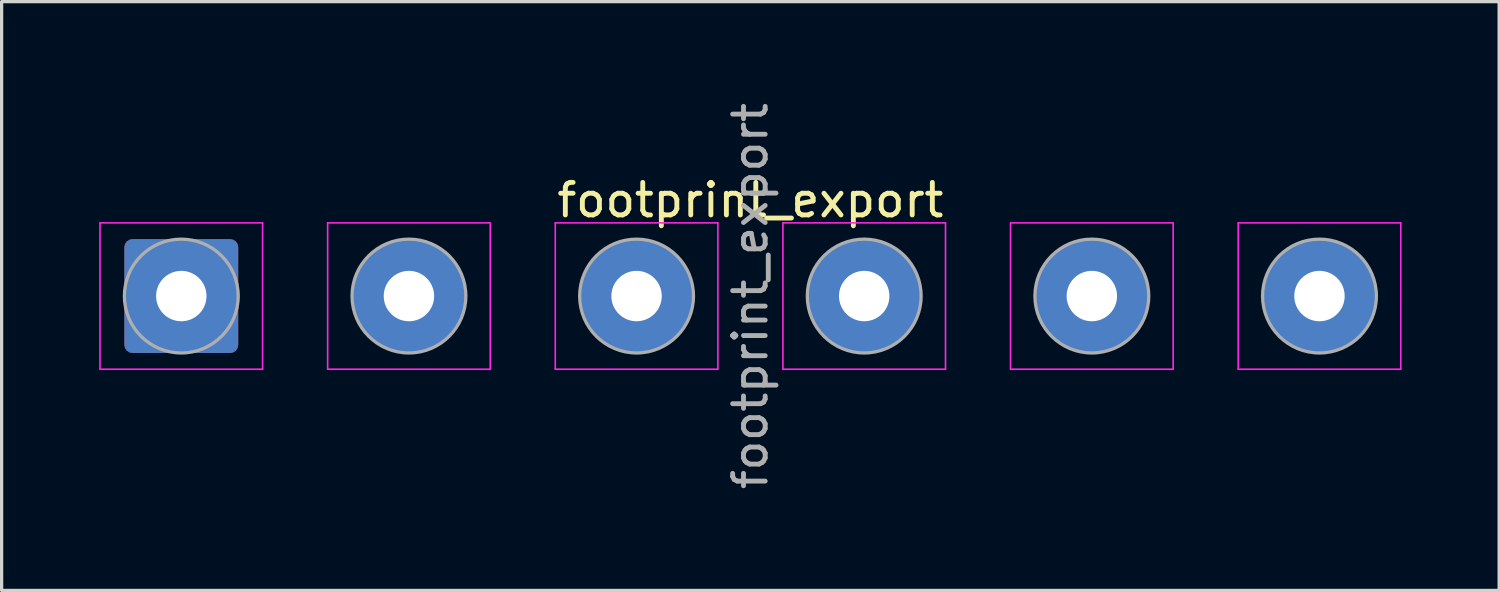
<source format=kicad_pcb>
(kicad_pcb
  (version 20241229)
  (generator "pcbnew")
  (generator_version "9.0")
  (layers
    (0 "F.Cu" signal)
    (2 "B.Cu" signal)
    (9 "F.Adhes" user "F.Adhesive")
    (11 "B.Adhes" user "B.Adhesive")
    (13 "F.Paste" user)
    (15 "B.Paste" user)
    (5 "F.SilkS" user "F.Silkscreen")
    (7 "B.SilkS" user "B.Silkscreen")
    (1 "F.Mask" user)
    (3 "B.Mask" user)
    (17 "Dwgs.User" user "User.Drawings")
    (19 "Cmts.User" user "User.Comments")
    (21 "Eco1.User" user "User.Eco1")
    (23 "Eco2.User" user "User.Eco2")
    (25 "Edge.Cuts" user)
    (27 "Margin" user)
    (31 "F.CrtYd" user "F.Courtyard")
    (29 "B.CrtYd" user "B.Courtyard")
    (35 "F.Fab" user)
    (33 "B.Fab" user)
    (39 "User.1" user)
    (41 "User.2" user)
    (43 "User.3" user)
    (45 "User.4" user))
  (footprint "footprint_export"
    (layer "F.Cu")
    (at 2.525 6.054)
    (property "Reference" "footprint_export" (at 17.5 -2.95 0) (layer "F.SilkS") (effects (font (size 1 1) (thickness 0.15))))
    (attr exclude_from_pos_files exclude_from_bom)
    (fp_line (start -2.5 -2.25) (end -2.5 2.25) (stroke (width 0.05) (type solid)) (layer "F.CrtYd"))
    (fp_line (start -2.5 2.25) (end 2.5 2.25) (stroke (width 0.05) (type solid)) (layer "F.CrtYd"))
    (fp_line (start 2.5 -2.25) (end -2.5 -2.25) (stroke (width 0.05) (type solid)) (layer "F.CrtYd"))
    (fp_line (start 2.5 2.25) (end 2.5 -2.25) (stroke (width 0.05) (type solid)) (layer "F.CrtYd"))
    (fp_line (start 4.5 -2.25) (end 4.5 2.25) (stroke (width 0.05) (type solid)) (layer "F.CrtYd"))
    (fp_line (start 4.5 2.25) (end 9.5 2.25) (stroke (width 0.05) (type solid)) (layer "F.CrtYd"))
    (fp_line (start 9.5 -2.25) (end 4.5 -2.25) (stroke (width 0.05) (type solid)) (layer "F.CrtYd"))
    (fp_line (start 9.5 2.25) (end 9.5 -2.25) (stroke (width 0.05) (type solid)) (layer "F.CrtYd"))
    (fp_line (start 11.5 -2.25) (end 11.5 2.25) (stroke (width 0.05) (type solid)) (layer "F.CrtYd"))
    (fp_line (start 11.5 2.25) (end 16.5 2.25) (stroke (width 0.05) (type solid)) (layer "F.CrtYd"))
    (fp_line (start 16.5 -2.25) (end 11.5 -2.25) (stroke (width 0.05) (type solid)) (layer "F.CrtYd"))
    (fp_line (start 16.5 2.25) (end 16.5 -2.25) (stroke (width 0.05) (type solid)) (layer "F.CrtYd"))
    (fp_line (start 18.5 -2.25) (end 18.5 2.25) (stroke (width 0.05) (type solid)) (layer "F.CrtYd"))
    (fp_line (start 18.5 2.25) (end 23.5 2.25) (stroke (width 0.05) (type solid)) (layer "F.CrtYd"))
    (fp_line (start 23.5 -2.25) (end 18.5 -2.25) (stroke (width 0.05) (type solid)) (layer "F.CrtYd"))
    (fp_line (start 23.5 2.25) (end 23.5 -2.25) (stroke (width 0.05) (type solid)) (layer "F.CrtYd"))
    (fp_line (start 25.5 -2.25) (end 25.5 2.25) (stroke (width 0.05) (type solid)) (layer "F.CrtYd"))
    (fp_line (start 25.5 2.25) (end 30.5 2.25) (stroke (width 0.05) (type solid)) (layer "F.CrtYd"))
    (fp_line (start 30.5 -2.25) (end 25.5 -2.25) (stroke (width 0.05) (type solid)) (layer "F.CrtYd"))
    (fp_line (start 30.5 2.25) (end 30.5 -2.25) (stroke (width 0.05) (type solid)) (layer "F.CrtYd"))
    (fp_line (start 32.5 -2.25) (end 32.5 2.25) (stroke (width 0.05) (type solid)) (layer "F.CrtYd"))
    (fp_line (start 32.5 2.25) (end 37.5 2.25) (stroke (width 0.05) (type solid)) (layer "F.CrtYd"))
    (fp_line (start 37.5 -2.25) (end 32.5 -2.25) (stroke (width 0.05) (type solid)) (layer "F.CrtYd"))
    (fp_line (start 37.5 2.25) (end 37.5 -2.25) (stroke (width 0.05) (type solid)) (layer "F.CrtYd"))
    (fp_circle (center 0 0) (end 1.75 0) (stroke (width 0.1) (type solid)) (fill no) (layer "F.Fab"))
    (fp_circle (center 7 0) (end 8.75 0) (stroke (width 0.1) (type solid)) (fill no) (layer "F.Fab"))
    (fp_circle (center 14 0) (end 15.75 0) (stroke (width 0.1) (type solid)) (fill no) (layer "F.Fab"))
    (fp_circle (center 21 0) (end 22.75 0) (stroke (width 0.1) (type solid)) (fill no) (layer "F.Fab"))
    (fp_circle (center 28 0) (end 29.75 0) (stroke (width 0.1) (type solid)) (fill no) (layer "F.Fab"))
    (fp_circle (center 35 0) (end 36.75 0) (stroke (width 0.1) (type solid)) (fill no) (layer "F.Fab"))
    (fp_text user "${REFERENCE}" (at 17.5 0 90) (layer "F.Fab") (effects (font (size 1 1) (thickness 0.15))))
    (pad "1" thru_hole roundrect (at 0 0) (size 3.5 3.5) (drill 1.55) (layers "*.Cu" "*.Mask") (roundrect_rratio 0.071))
    (pad "2" thru_hole circle (at 7 0) (size 3.5 3.5) (drill 1.55) (layers "*.Cu" "*.Mask"))
    (pad "3" thru_hole circle (at 14 0) (size 3.5 3.5) (drill 1.55) (layers "*.Cu" "*.Mask"))
    (pad "4" thru_hole circle (at 21 0) (size 3.5 3.5) (drill 1.55) (layers "*.Cu" "*.Mask"))
    (pad "5" thru_hole circle (at 28 0) (size 3.5 3.5) (drill 1.55) (layers "*.Cu" "*.Mask"))
    (pad "6" thru_hole circle (at 35 0) (size 3.5 3.5) (drill 1.55) (layers "*.Cu" "*.Mask")))
  (gr_rect
    (start -3 -3)
    (end 43.05 15.107)
    (stroke (width 0.1) (type default))
    (fill no)
    (layer "Edge.Cuts")))
</source>
